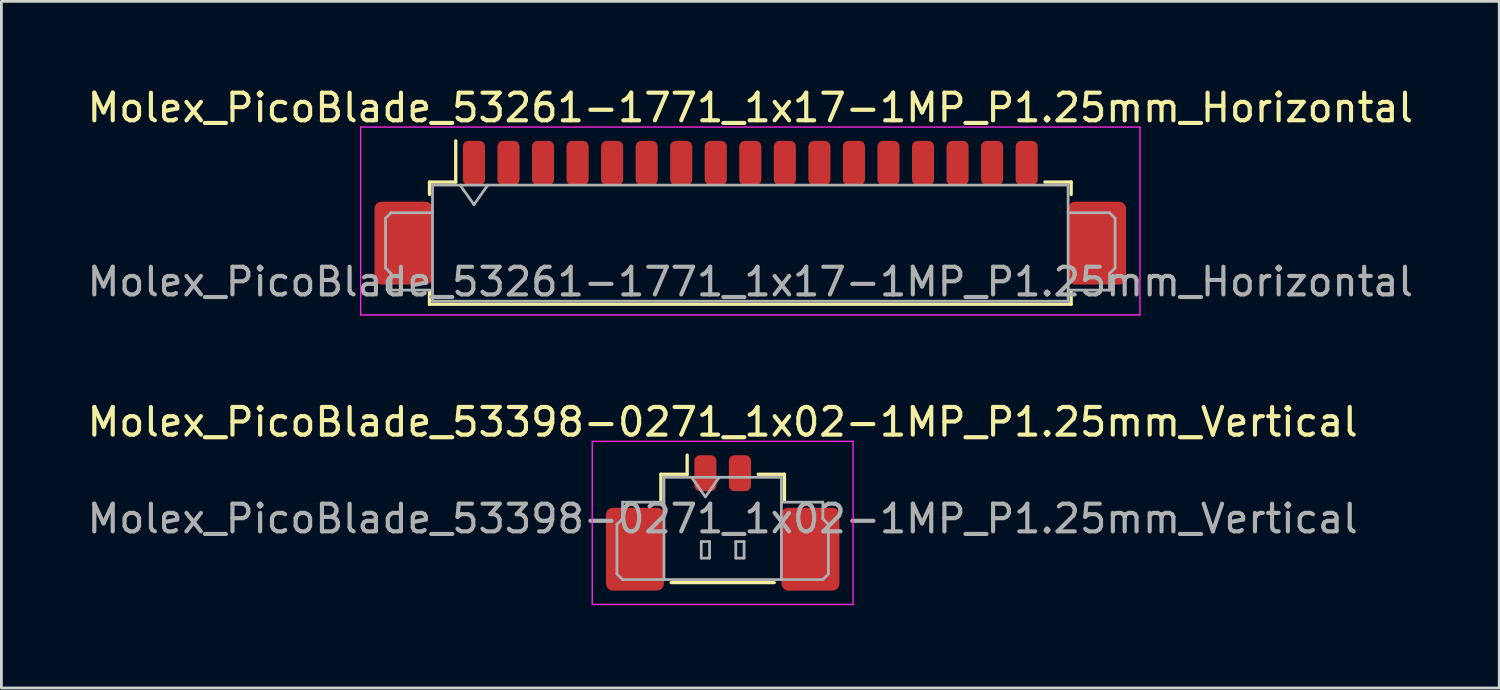
<source format=kicad_pcb>
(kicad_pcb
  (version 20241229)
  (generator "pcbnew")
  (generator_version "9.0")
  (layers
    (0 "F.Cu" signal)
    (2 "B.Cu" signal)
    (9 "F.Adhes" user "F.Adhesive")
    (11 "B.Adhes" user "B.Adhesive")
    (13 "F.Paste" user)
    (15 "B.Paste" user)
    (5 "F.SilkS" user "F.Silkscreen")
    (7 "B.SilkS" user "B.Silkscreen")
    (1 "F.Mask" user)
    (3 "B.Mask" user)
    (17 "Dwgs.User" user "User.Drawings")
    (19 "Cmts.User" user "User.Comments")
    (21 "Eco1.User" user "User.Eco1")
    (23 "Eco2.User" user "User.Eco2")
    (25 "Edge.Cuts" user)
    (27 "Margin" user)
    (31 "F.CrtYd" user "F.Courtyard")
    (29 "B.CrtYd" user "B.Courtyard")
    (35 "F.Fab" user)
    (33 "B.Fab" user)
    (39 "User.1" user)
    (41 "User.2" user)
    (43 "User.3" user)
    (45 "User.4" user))
  (footprint "Molex_PicoBlade_53261-1771_1x17-1MP_P1.25mm_Horizontal"
    (layer "F.Cu")
    (at 24.101 5.248)
    (property "Reference" "Molex_PicoBlade_53261-1771_1x17-1MP_P1.25mm_Horizontal" (at 0 -4.4 0) (layer "F.SilkS") (effects (font (size 1 1) (thickness 0.15))))
    (attr smd)
    (fp_line (start -11.61 -1.71) (end -10.66 -1.71) (stroke (width 0.12) (type solid)) (layer "F.SilkS"))
    (fp_line (start -11.61 -1.26) (end -11.61 -1.71) (stroke (width 0.12) (type solid)) (layer "F.SilkS"))
    (fp_line (start -11.61 2.26) (end -11.61 2.71) (stroke (width 0.12) (type solid)) (layer "F.SilkS"))
    (fp_line (start -11.61 2.71) (end 11.61 2.71) (stroke (width 0.12) (type solid)) (layer "F.SilkS"))
    (fp_line (start -10.66 -1.71) (end -10.66 -3.2) (stroke (width 0.12) (type solid)) (layer "F.SilkS"))
    (fp_line (start 11.61 -1.71) (end 10.66 -1.71) (stroke (width 0.12) (type solid)) (layer "F.SilkS"))
    (fp_line (start 11.61 -1.26) (end 11.61 -1.71) (stroke (width 0.12) (type solid)) (layer "F.SilkS"))
    (fp_line (start 11.61 2.71) (end 11.61 2.26) (stroke (width 0.12) (type solid)) (layer "F.SilkS"))
    (fp_line (start -14.1 -3.7) (end -14.1 3.1) (stroke (width 0.05) (type solid)) (layer "F.CrtYd"))
    (fp_line (start -14.1 3.1) (end 14.1 3.1) (stroke (width 0.05) (type solid)) (layer "F.CrtYd"))
    (fp_line (start 14.1 -3.7) (end -14.1 -3.7) (stroke (width 0.05) (type solid)) (layer "F.CrtYd"))
    (fp_line (start 14.1 3.1) (end 14.1 -3.7) (stroke (width 0.05) (type solid)) (layer "F.CrtYd"))
    (fp_line (start -13.2 -0.4) (end -13.2 1.4) (stroke (width 0.1) (type solid)) (layer "F.Fab"))
    (fp_line (start -13.2 1.4) (end -13 1.6) (stroke (width 0.1) (type solid)) (layer "F.Fab"))
    (fp_line (start -13 -0.6) (end -13.2 -0.4) (stroke (width 0.1) (type solid)) (layer "F.Fab"))
    (fp_line (start -13 1.6) (end -13 2.2) (stroke (width 0.1) (type solid)) (layer "F.Fab"))
    (fp_line (start -13 2.2) (end -11.5 2.2) (stroke (width 0.1) (type solid)) (layer "F.Fab"))
    (fp_line (start -11.5 -1.6) (end -11.5 2.6) (stroke (width 0.1) (type solid)) (layer "F.Fab"))
    (fp_line (start -11.5 -1.6) (end 11.5 -1.6) (stroke (width 0.1) (type solid)) (layer "F.Fab"))
    (fp_line (start -11.5 -0.6) (end -13 -0.6) (stroke (width 0.1) (type solid)) (layer "F.Fab"))
    (fp_line (start -11.5 2.6) (end 11.5 2.6) (stroke (width 0.1) (type solid)) (layer "F.Fab"))
    (fp_line (start -10.5 -1.6) (end -10 -0.893) (stroke (width 0.1) (type solid)) (layer "F.Fab"))
    (fp_line (start -10 -0.893) (end -9.5 -1.6) (stroke (width 0.1) (type solid)) (layer "F.Fab"))
    (fp_line (start 11.5 -1.6) (end 11.5 2.6) (stroke (width 0.1) (type solid)) (layer "F.Fab"))
    (fp_line (start 11.5 -0.6) (end 13 -0.6) (stroke (width 0.1) (type solid)) (layer "F.Fab"))
    (fp_line (start 13 -0.6) (end 13.2 -0.4) (stroke (width 0.1) (type solid)) (layer "F.Fab"))
    (fp_line (start 13 1.6) (end 13 2.2) (stroke (width 0.1) (type solid)) (layer "F.Fab"))
    (fp_line (start 13 2.2) (end 11.5 2.2) (stroke (width 0.1) (type solid)) (layer "F.Fab"))
    (fp_line (start 13.2 -0.4) (end 13.2 1.4) (stroke (width 0.1) (type solid)) (layer "F.Fab"))
    (fp_line (start 13.2 1.4) (end 13 1.6) (stroke (width 0.1) (type solid)) (layer "F.Fab"))
    (fp_text user "${REFERENCE}" (at 0 1.9 0) (layer "F.Fab") (effects (font (size 1 1) (thickness 0.15))))
    (pad "1" smd roundrect (at -10 -2.4) (size 0.8 1.6) (layers "F.Cu" "F.Mask" "F.Paste") (roundrect_rratio 0.25))
    (pad "2" smd roundrect (at -8.75 -2.4) (size 0.8 1.6) (layers "F.Cu" "F.Mask" "F.Paste") (roundrect_rratio 0.25))
    (pad "3" smd roundrect (at -7.5 -2.4) (size 0.8 1.6) (layers "F.Cu" "F.Mask" "F.Paste") (roundrect_rratio 0.25))
    (pad "4" smd roundrect (at -6.25 -2.4) (size 0.8 1.6) (layers "F.Cu" "F.Mask" "F.Paste") (roundrect_rratio 0.25))
    (pad "5" smd roundrect (at -5 -2.4) (size 0.8 1.6) (layers "F.Cu" "F.Mask" "F.Paste") (roundrect_rratio 0.25))
    (pad "6" smd roundrect (at -3.75 -2.4) (size 0.8 1.6) (layers "F.Cu" "F.Mask" "F.Paste") (roundrect_rratio 0.25))
    (pad "7" smd roundrect (at -2.5 -2.4) (size 0.8 1.6) (layers "F.Cu" "F.Mask" "F.Paste") (roundrect_rratio 0.25))
    (pad "8" smd roundrect (at -1.25 -2.4) (size 0.8 1.6) (layers "F.Cu" "F.Mask" "F.Paste") (roundrect_rratio 0.25))
    (pad "9" smd roundrect (at 0 -2.4) (size 0.8 1.6) (layers "F.Cu" "F.Mask" "F.Paste") (roundrect_rratio 0.25))
    (pad "10" smd roundrect (at 1.25 -2.4) (size 0.8 1.6) (layers "F.Cu" "F.Mask" "F.Paste") (roundrect_rratio 0.25))
    (pad "11" smd roundrect (at 2.5 -2.4) (size 0.8 1.6) (layers "F.Cu" "F.Mask" "F.Paste") (roundrect_rratio 0.25))
    (pad "12" smd roundrect (at 3.75 -2.4) (size 0.8 1.6) (layers "F.Cu" "F.Mask" "F.Paste") (roundrect_rratio 0.25))
    (pad "13" smd roundrect (at 5 -2.4) (size 0.8 1.6) (layers "F.Cu" "F.Mask" "F.Paste") (roundrect_rratio 0.25))
    (pad "14" smd roundrect (at 6.25 -2.4) (size 0.8 1.6) (layers "F.Cu" "F.Mask" "F.Paste") (roundrect_rratio 0.25))
    (pad "15" smd roundrect (at 7.5 -2.4) (size 0.8 1.6) (layers "F.Cu" "F.Mask" "F.Paste") (roundrect_rratio 0.25))
    (pad "16" smd roundrect (at 8.75 -2.4) (size 0.8 1.6) (layers "F.Cu" "F.Mask" "F.Paste") (roundrect_rratio 0.25))
    (pad "17" smd roundrect (at 10 -2.4) (size 0.8 1.6) (layers "F.Cu" "F.Mask" "F.Paste") (roundrect_rratio 0.25))
    (pad "MP" smd roundrect (at -12.55 0.5) (size 2.1 3) (layers "F.Cu" "F.Mask" "F.Paste") (roundrect_rratio 0.119))
    (pad "MP" smd roundrect (at 12.55 0.5) (size 2.1 3) (layers "F.Cu" "F.Mask" "F.Paste") (roundrect_rratio 0.119)))
  (footprint "Molex_PicoBlade_53398-0271_1x02-1MP_P1.25mm_Vertical"
    (layer "F.Cu")
    (at 23.101 15.322)
    (property "Reference" "Molex_PicoBlade_53398-0271_1x02-1MP_P1.25mm_Vertical" (at 0 -3.1 0) (layer "F.SilkS") (effects (font (size 1 1) (thickness 0.15))))
    (attr smd)
    (fp_line (start -2.235 -1.21) (end -1.285 -1.21) (stroke (width 0.12) (type solid)) (layer "F.SilkS"))
    (fp_line (start -2.235 -0.26) (end -2.235 -1.21) (stroke (width 0.12) (type solid)) (layer "F.SilkS"))
    (fp_line (start -1.865 2.71) (end 1.865 2.71) (stroke (width 0.12) (type solid)) (layer "F.SilkS"))
    (fp_line (start -1.285 -1.21) (end -1.285 -1.9) (stroke (width 0.12) (type solid)) (layer "F.SilkS"))
    (fp_line (start 2.235 -1.21) (end 1.285 -1.21) (stroke (width 0.12) (type solid)) (layer "F.SilkS"))
    (fp_line (start 2.235 -0.26) (end 2.235 -1.21) (stroke (width 0.12) (type solid)) (layer "F.SilkS"))
    (fp_line (start -4.72 -2.4) (end -4.72 3.5) (stroke (width 0.05) (type solid)) (layer "F.CrtYd"))
    (fp_line (start -4.72 3.5) (end 4.72 3.5) (stroke (width 0.05) (type solid)) (layer "F.CrtYd"))
    (fp_line (start 4.72 -2.4) (end -4.72 -2.4) (stroke (width 0.05) (type solid)) (layer "F.CrtYd"))
    (fp_line (start 4.72 3.5) (end 4.72 -2.4) (stroke (width 0.05) (type solid)) (layer "F.CrtYd"))
    (fp_line (start -3.825 0.6) (end -3.625 0.4) (stroke (width 0.1) (type solid)) (layer "F.Fab"))
    (fp_line (start -3.825 2.4) (end -3.825 0.6) (stroke (width 0.1) (type solid)) (layer "F.Fab"))
    (fp_line (start -3.625 -0.2) (end -2.125 -0.2) (stroke (width 0.1) (type solid)) (layer "F.Fab"))
    (fp_line (start -3.625 0.4) (end -3.625 -0.2) (stroke (width 0.1) (type solid)) (layer "F.Fab"))
    (fp_line (start -3.625 2.6) (end -3.825 2.4) (stroke (width 0.1) (type solid)) (layer "F.Fab"))
    (fp_line (start -2.125 -1.1) (end -2.125 2.6) (stroke (width 0.1) (type solid)) (layer "F.Fab"))
    (fp_line (start -2.125 -1.1) (end 2.125 -1.1) (stroke (width 0.1) (type solid)) (layer "F.Fab"))
    (fp_line (start -2.125 2.6) (end -3.625 2.6) (stroke (width 0.1) (type solid)) (layer "F.Fab"))
    (fp_line (start -2.125 2.6) (end 2.125 2.6) (stroke (width 0.1) (type solid)) (layer "F.Fab"))
    (fp_line (start -1.125 -1.1) (end -0.625 -0.393) (stroke (width 0.1) (type solid)) (layer "F.Fab"))
    (fp_line (start -0.775 1.225) (end -0.775 1.825) (stroke (width 0.1) (type solid)) (layer "F.Fab"))
    (fp_line (start -0.775 1.825) (end -0.475 1.825) (stroke (width 0.1) (type solid)) (layer "F.Fab"))
    (fp_line (start -0.625 -0.393) (end -0.125 -1.1) (stroke (width 0.1) (type solid)) (layer "F.Fab"))
    (fp_line (start -0.475 1.225) (end -0.775 1.225) (stroke (width 0.1) (type solid)) (layer "F.Fab"))
    (fp_line (start -0.475 1.825) (end -0.475 1.225) (stroke (width 0.1) (type solid)) (layer "F.Fab"))
    (fp_line (start 0.475 1.225) (end 0.475 1.825) (stroke (width 0.1) (type solid)) (layer "F.Fab"))
    (fp_line (start 0.475 1.825) (end 0.775 1.825) (stroke (width 0.1) (type solid)) (layer "F.Fab"))
    (fp_line (start 0.775 1.225) (end 0.475 1.225) (stroke (width 0.1) (type solid)) (layer "F.Fab"))
    (fp_line (start 0.775 1.825) (end 0.775 1.225) (stroke (width 0.1) (type solid)) (layer "F.Fab"))
    (fp_line (start 2.125 -1.1) (end 2.125 2.6) (stroke (width 0.1) (type solid)) (layer "F.Fab"))
    (fp_line (start 2.125 2.6) (end 3.625 2.6) (stroke (width 0.1) (type solid)) (layer "F.Fab"))
    (fp_line (start 3.625 -0.2) (end 2.125 -0.2) (stroke (width 0.1) (type solid)) (layer "F.Fab"))
    (fp_line (start 3.625 0.4) (end 3.625 -0.2) (stroke (width 0.1) (type solid)) (layer "F.Fab"))
    (fp_line (start 3.625 2.6) (end 3.825 2.4) (stroke (width 0.1) (type solid)) (layer "F.Fab"))
    (fp_line (start 3.825 0.6) (end 3.625 0.4) (stroke (width 0.1) (type solid)) (layer "F.Fab"))
    (fp_line (start 3.825 2.4) (end 3.825 0.6) (stroke (width 0.1) (type solid)) (layer "F.Fab"))
    (fp_text user "${REFERENCE}" (at 0 0.4 0) (layer "F.Fab") (effects (font (size 1 1) (thickness 0.15))))
    (pad "1" smd roundrect (at -0.625 -1.25) (size 0.8 1.3) (layers "F.Cu" "F.Mask" "F.Paste") (roundrect_rratio 0.25))
    (pad "2" smd roundrect (at 0.625 -1.25) (size 0.8 1.3) (layers "F.Cu" "F.Mask" "F.Paste") (roundrect_rratio 0.25))
    (pad "MP" smd roundrect (at -3.175 1.5) (size 2.1 3) (layers "F.Cu" "F.Mask" "F.Paste") (roundrect_rratio 0.119))
    (pad "MP" smd roundrect (at 3.175 1.5) (size 2.1 3) (layers "F.Cu" "F.Mask" "F.Paste") (roundrect_rratio 0.119)))
  (gr_rect
    (start -3 -3)
    (end 51.202 21.846)
    (stroke (width 0.1) (type default))
    (fill no)
    (layer "Edge.Cuts")))
</source>
